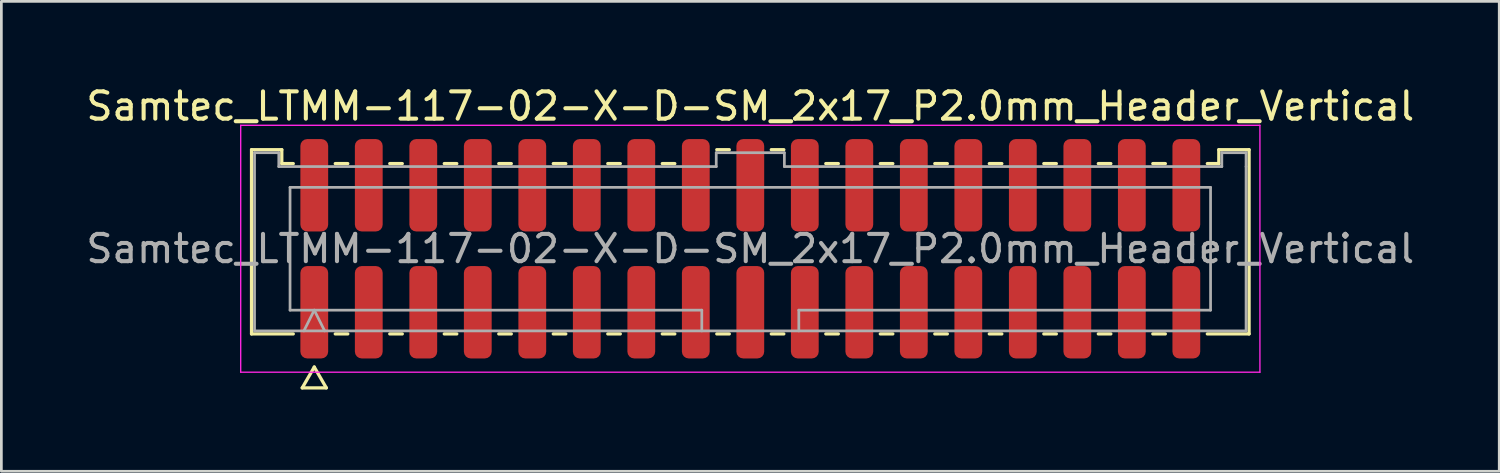
<source format=kicad_pcb>
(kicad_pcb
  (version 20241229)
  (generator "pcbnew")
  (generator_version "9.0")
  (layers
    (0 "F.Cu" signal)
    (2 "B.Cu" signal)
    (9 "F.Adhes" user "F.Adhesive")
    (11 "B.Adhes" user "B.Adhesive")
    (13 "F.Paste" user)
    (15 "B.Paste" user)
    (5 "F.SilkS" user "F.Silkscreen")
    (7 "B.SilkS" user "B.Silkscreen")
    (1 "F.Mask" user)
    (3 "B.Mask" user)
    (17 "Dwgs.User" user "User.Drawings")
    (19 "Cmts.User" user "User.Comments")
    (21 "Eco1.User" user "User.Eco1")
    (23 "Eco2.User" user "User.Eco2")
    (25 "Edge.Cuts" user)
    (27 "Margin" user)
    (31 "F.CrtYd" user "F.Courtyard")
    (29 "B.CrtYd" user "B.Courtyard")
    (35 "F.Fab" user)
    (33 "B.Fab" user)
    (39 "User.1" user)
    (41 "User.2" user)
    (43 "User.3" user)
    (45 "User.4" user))
  (footprint "Samtec_LTMM-117-02-X-D-SM_2x17_P2.0mm_Header_Vertical"
    (layer "F.Cu")
    (at 24.482 6.078)
    (property "Reference" "Samtec_LTMM-117-02-X-D-SM_2x17_P2.0mm_Header_Vertical" (at 0 -5.23 0) (layer "F.SilkS") (effects (font (size 1 1) (thickness 0.15))))
    (attr smd)
    (fp_line (start -18.302 -3.635) (end -17.192 -3.635) (stroke (width 0.12) (type solid)) (layer "F.SilkS"))
    (fp_line (start -18.302 3.125) (end -18.302 -3.635) (stroke (width 0.12) (type solid)) (layer "F.SilkS"))
    (fp_line (start -17.192 -3.635) (end -17.192 -3.125) (stroke (width 0.12) (type solid)) (layer "F.SilkS"))
    (fp_line (start -17.192 -3.125) (end -16.77 -3.125) (stroke (width 0.12) (type solid)) (layer "F.SilkS"))
    (fp_line (start -16.77 3.125) (end -18.302 3.125) (stroke (width 0.12) (type solid)) (layer "F.SilkS"))
    (fp_line (start -16.442 5.105) (end -16 4.34) (stroke (width 0.12) (type solid)) (layer "F.SilkS"))
    (fp_line (start -16 4.34) (end -15.558 5.105) (stroke (width 0.12) (type solid)) (layer "F.SilkS"))
    (fp_line (start -15.558 5.105) (end -16.442 5.105) (stroke (width 0.12) (type solid)) (layer "F.SilkS"))
    (fp_line (start -15.23 -3.125) (end -14.77 -3.125) (stroke (width 0.12) (type solid)) (layer "F.SilkS"))
    (fp_line (start -14.77 3.125) (end -15.23 3.125) (stroke (width 0.12) (type solid)) (layer "F.SilkS"))
    (fp_line (start -13.23 -3.125) (end -12.77 -3.125) (stroke (width 0.12) (type solid)) (layer "F.SilkS"))
    (fp_line (start -12.77 3.125) (end -13.23 3.125) (stroke (width 0.12) (type solid)) (layer "F.SilkS"))
    (fp_line (start -11.23 -3.125) (end -10.77 -3.125) (stroke (width 0.12) (type solid)) (layer "F.SilkS"))
    (fp_line (start -10.77 3.125) (end -11.23 3.125) (stroke (width 0.12) (type solid)) (layer "F.SilkS"))
    (fp_line (start -9.23 -3.125) (end -8.77 -3.125) (stroke (width 0.12) (type solid)) (layer "F.SilkS"))
    (fp_line (start -8.77 3.125) (end -9.23 3.125) (stroke (width 0.12) (type solid)) (layer "F.SilkS"))
    (fp_line (start -7.23 -3.125) (end -6.77 -3.125) (stroke (width 0.12) (type solid)) (layer "F.SilkS"))
    (fp_line (start -6.77 3.125) (end -7.23 3.125) (stroke (width 0.12) (type solid)) (layer "F.SilkS"))
    (fp_line (start -5.23 -3.125) (end -4.77 -3.125) (stroke (width 0.12) (type solid)) (layer "F.SilkS"))
    (fp_line (start -4.77 3.125) (end -5.23 3.125) (stroke (width 0.12) (type solid)) (layer "F.SilkS"))
    (fp_line (start -3.23 -3.125) (end -2.77 -3.125) (stroke (width 0.12) (type solid)) (layer "F.SilkS"))
    (fp_line (start -2.77 3.125) (end -3.23 3.125) (stroke (width 0.12) (type solid)) (layer "F.SilkS"))
    (fp_line (start -1.23 -3.635) (end -0.77 -3.635) (stroke (width 0.12) (type solid)) (layer "F.SilkS"))
    (fp_line (start -0.77 3.125) (end -1.23 3.125) (stroke (width 0.12) (type solid)) (layer "F.SilkS"))
    (fp_line (start 0.77 -3.635) (end 1.23 -3.635) (stroke (width 0.12) (type solid)) (layer "F.SilkS"))
    (fp_line (start 1.23 3.125) (end 0.77 3.125) (stroke (width 0.12) (type solid)) (layer "F.SilkS"))
    (fp_line (start 2.77 -3.125) (end 3.23 -3.125) (stroke (width 0.12) (type solid)) (layer "F.SilkS"))
    (fp_line (start 3.23 3.125) (end 2.77 3.125) (stroke (width 0.12) (type solid)) (layer "F.SilkS"))
    (fp_line (start 4.77 -3.125) (end 5.23 -3.125) (stroke (width 0.12) (type solid)) (layer "F.SilkS"))
    (fp_line (start 5.23 3.125) (end 4.77 3.125) (stroke (width 0.12) (type solid)) (layer "F.SilkS"))
    (fp_line (start 6.77 -3.125) (end 7.23 -3.125) (stroke (width 0.12) (type solid)) (layer "F.SilkS"))
    (fp_line (start 7.23 3.125) (end 6.77 3.125) (stroke (width 0.12) (type solid)) (layer "F.SilkS"))
    (fp_line (start 8.77 -3.125) (end 9.23 -3.125) (stroke (width 0.12) (type solid)) (layer "F.SilkS"))
    (fp_line (start 9.23 3.125) (end 8.77 3.125) (stroke (width 0.12) (type solid)) (layer "F.SilkS"))
    (fp_line (start 10.77 -3.125) (end 11.23 -3.125) (stroke (width 0.12) (type solid)) (layer "F.SilkS"))
    (fp_line (start 11.23 3.125) (end 10.77 3.125) (stroke (width 0.12) (type solid)) (layer "F.SilkS"))
    (fp_line (start 12.77 -3.125) (end 13.23 -3.125) (stroke (width 0.12) (type solid)) (layer "F.SilkS"))
    (fp_line (start 13.23 3.125) (end 12.77 3.125) (stroke (width 0.12) (type solid)) (layer "F.SilkS"))
    (fp_line (start 14.77 -3.125) (end 15.23 -3.125) (stroke (width 0.12) (type solid)) (layer "F.SilkS"))
    (fp_line (start 15.23 3.125) (end 14.77 3.125) (stroke (width 0.12) (type solid)) (layer "F.SilkS"))
    (fp_line (start 16.77 -3.125) (end 17.192 -3.125) (stroke (width 0.12) (type solid)) (layer "F.SilkS"))
    (fp_line (start 17.192 -3.635) (end 18.302 -3.635) (stroke (width 0.12) (type solid)) (layer "F.SilkS"))
    (fp_line (start 17.192 -3.125) (end 17.192 -3.635) (stroke (width 0.12) (type solid)) (layer "F.SilkS"))
    (fp_line (start 18.302 -3.635) (end 18.302 3.125) (stroke (width 0.12) (type solid)) (layer "F.SilkS"))
    (fp_line (start 18.302 3.125) (end 16.77 3.125) (stroke (width 0.12) (type solid)) (layer "F.SilkS"))
    (fp_line (start -18.7 -4.53) (end -18.7 4.53) (stroke (width 0.05) (type solid)) (layer "F.CrtYd"))
    (fp_line (start -18.7 4.53) (end 18.7 4.53) (stroke (width 0.05) (type solid)) (layer "F.CrtYd"))
    (fp_line (start 18.7 -4.53) (end -18.7 -4.53) (stroke (width 0.05) (type solid)) (layer "F.CrtYd"))
    (fp_line (start 18.7 4.53) (end 18.7 -4.53) (stroke (width 0.05) (type solid)) (layer "F.CrtYd"))
    (fp_line (start -18.192 -3.525) (end -17.302 -3.525) (stroke (width 0.1) (type solid)) (layer "F.Fab"))
    (fp_line (start -18.192 3.015) (end -18.192 -3.525) (stroke (width 0.1) (type solid)) (layer "F.Fab"))
    (fp_line (start -17.302 -3.525) (end -17.302 -3.015) (stroke (width 0.1) (type solid)) (layer "F.Fab"))
    (fp_line (start -17.302 -3.015) (end -1.25 -3.015) (stroke (width 0.1) (type solid)) (layer "F.Fab"))
    (fp_line (start -16.889 -2.253) (end 16.889 -2.253) (stroke (width 0.1) (type solid)) (layer "F.Fab"))
    (fp_line (start -16.889 2.253) (end -16.889 -2.253) (stroke (width 0.1) (type solid)) (layer "F.Fab"))
    (fp_line (start -16.381 3.015) (end -16 2.253) (stroke (width 0.1) (type solid)) (layer "F.Fab"))
    (fp_line (start -16 2.253) (end -15.619 3.015) (stroke (width 0.1) (type solid)) (layer "F.Fab"))
    (fp_line (start -1.78 2.253) (end -16.889 2.253) (stroke (width 0.1) (type solid)) (layer "F.Fab"))
    (fp_line (start -1.78 3.015) (end -1.78 2.253) (stroke (width 0.1) (type solid)) (layer "F.Fab"))
    (fp_line (start -1.25 -3.525) (end 1.25 -3.525) (stroke (width 0.1) (type solid)) (layer "F.Fab"))
    (fp_line (start -1.25 -3.015) (end -1.25 -3.525) (stroke (width 0.1) (type solid)) (layer "F.Fab"))
    (fp_line (start 1.25 -3.525) (end 1.25 -3.015) (stroke (width 0.1) (type solid)) (layer "F.Fab"))
    (fp_line (start 1.25 -3.015) (end 17.302 -3.015) (stroke (width 0.1) (type solid)) (layer "F.Fab"))
    (fp_line (start 1.78 2.253) (end 1.78 3.015) (stroke (width 0.1) (type solid)) (layer "F.Fab"))
    (fp_line (start 16.889 -2.253) (end 16.889 2.253) (stroke (width 0.1) (type solid)) (layer "F.Fab"))
    (fp_line (start 16.889 2.253) (end 1.78 2.253) (stroke (width 0.1) (type solid)) (layer "F.Fab"))
    (fp_line (start 17.302 -3.525) (end 18.192 -3.525) (stroke (width 0.1) (type solid)) (layer "F.Fab"))
    (fp_line (start 17.302 -3.015) (end 17.302 -3.525) (stroke (width 0.1) (type solid)) (layer "F.Fab"))
    (fp_line (start 18.192 -3.525) (end 18.192 -3.015) (stroke (width 0.1) (type solid)) (layer "F.Fab"))
    (fp_line (start 18.192 -3.015) (end 18.192 3.015) (stroke (width 0.1) (type solid)) (layer "F.Fab"))
    (fp_line (start 18.192 3.015) (end -18.192 3.015) (stroke (width 0.1) (type solid)) (layer "F.Fab"))
    (fp_text user "${REFERENCE}" (at 0 0 0) (layer "F.Fab") (effects (font (size 1 1) (thickness 0.15))))
    (pad "1" smd roundrect (at -16 2.33) (size 1.02 3.39) (layers "F.Cu" "F.Mask" "F.Paste") (roundrect_rratio 0.245))
    (pad "2" smd roundrect (at -16 -2.33) (size 1.02 3.39) (layers "F.Cu" "F.Mask" "F.Paste") (roundrect_rratio 0.245))
    (pad "3" smd roundrect (at -14 2.33) (size 1.02 3.39) (layers "F.Cu" "F.Mask" "F.Paste") (roundrect_rratio 0.245))
    (pad "4" smd roundrect (at -14 -2.33) (size 1.02 3.39) (layers "F.Cu" "F.Mask" "F.Paste") (roundrect_rratio 0.245))
    (pad "5" smd roundrect (at -12 2.33) (size 1.02 3.39) (layers "F.Cu" "F.Mask" "F.Paste") (roundrect_rratio 0.245))
    (pad "6" smd roundrect (at -12 -2.33) (size 1.02 3.39) (layers "F.Cu" "F.Mask" "F.Paste") (roundrect_rratio 0.245))
    (pad "7" smd roundrect (at -10 2.33) (size 1.02 3.39) (layers "F.Cu" "F.Mask" "F.Paste") (roundrect_rratio 0.245))
    (pad "8" smd roundrect (at -10 -2.33) (size 1.02 3.39) (layers "F.Cu" "F.Mask" "F.Paste") (roundrect_rratio 0.245))
    (pad "9" smd roundrect (at -8 2.33) (size 1.02 3.39) (layers "F.Cu" "F.Mask" "F.Paste") (roundrect_rratio 0.245))
    (pad "10" smd roundrect (at -8 -2.33) (size 1.02 3.39) (layers "F.Cu" "F.Mask" "F.Paste") (roundrect_rratio 0.245))
    (pad "11" smd roundrect (at -6 2.33) (size 1.02 3.39) (layers "F.Cu" "F.Mask" "F.Paste") (roundrect_rratio 0.245))
    (pad "12" smd roundrect (at -6 -2.33) (size 1.02 3.39) (layers "F.Cu" "F.Mask" "F.Paste") (roundrect_rratio 0.245))
    (pad "13" smd roundrect (at -4 2.33) (size 1.02 3.39) (layers "F.Cu" "F.Mask" "F.Paste") (roundrect_rratio 0.245))
    (pad "14" smd roundrect (at -4 -2.33) (size 1.02 3.39) (layers "F.Cu" "F.Mask" "F.Paste") (roundrect_rratio 0.245))
    (pad "15" smd roundrect (at -2 2.33) (size 1.02 3.39) (layers "F.Cu" "F.Mask" "F.Paste") (roundrect_rratio 0.245))
    (pad "16" smd roundrect (at -2 -2.33) (size 1.02 3.39) (layers "F.Cu" "F.Mask" "F.Paste") (roundrect_rratio 0.245))
    (pad "17" smd roundrect (at 0 2.33) (size 1.02 3.39) (layers "F.Cu" "F.Mask" "F.Paste") (roundrect_rratio 0.245))
    (pad "18" smd roundrect (at 0 -2.33) (size 1.02 3.39) (layers "F.Cu" "F.Mask" "F.Paste") (roundrect_rratio 0.245))
    (pad "19" smd roundrect (at 2 2.33) (size 1.02 3.39) (layers "F.Cu" "F.Mask" "F.Paste") (roundrect_rratio 0.245))
    (pad "20" smd roundrect (at 2 -2.33) (size 1.02 3.39) (layers "F.Cu" "F.Mask" "F.Paste") (roundrect_rratio 0.245))
    (pad "21" smd roundrect (at 4 2.33) (size 1.02 3.39) (layers "F.Cu" "F.Mask" "F.Paste") (roundrect_rratio 0.245))
    (pad "22" smd roundrect (at 4 -2.33) (size 1.02 3.39) (layers "F.Cu" "F.Mask" "F.Paste") (roundrect_rratio 0.245))
    (pad "23" smd roundrect (at 6 2.33) (size 1.02 3.39) (layers "F.Cu" "F.Mask" "F.Paste") (roundrect_rratio 0.245))
    (pad "24" smd roundrect (at 6 -2.33) (size 1.02 3.39) (layers "F.Cu" "F.Mask" "F.Paste") (roundrect_rratio 0.245))
    (pad "25" smd roundrect (at 8 2.33) (size 1.02 3.39) (layers "F.Cu" "F.Mask" "F.Paste") (roundrect_rratio 0.245))
    (pad "26" smd roundrect (at 8 -2.33) (size 1.02 3.39) (layers "F.Cu" "F.Mask" "F.Paste") (roundrect_rratio 0.245))
    (pad "27" smd roundrect (at 10 2.33) (size 1.02 3.39) (layers "F.Cu" "F.Mask" "F.Paste") (roundrect_rratio 0.245))
    (pad "28" smd roundrect (at 10 -2.33) (size 1.02 3.39) (layers "F.Cu" "F.Mask" "F.Paste") (roundrect_rratio 0.245))
    (pad "29" smd roundrect (at 12 2.33) (size 1.02 3.39) (layers "F.Cu" "F.Mask" "F.Paste") (roundrect_rratio 0.245))
    (pad "30" smd roundrect (at 12 -2.33) (size 1.02 3.39) (layers "F.Cu" "F.Mask" "F.Paste") (roundrect_rratio 0.245))
    (pad "31" smd roundrect (at 14 2.33) (size 1.02 3.39) (layers "F.Cu" "F.Mask" "F.Paste") (roundrect_rratio 0.245))
    (pad "32" smd roundrect (at 14 -2.33) (size 1.02 3.39) (layers "F.Cu" "F.Mask" "F.Paste") (roundrect_rratio 0.245))
    (pad "33" smd roundrect (at 16 2.33) (size 1.02 3.39) (layers "F.Cu" "F.Mask" "F.Paste") (roundrect_rratio 0.245))
    (pad "34" smd roundrect (at 16 -2.33) (size 1.02 3.39) (layers "F.Cu" "F.Mask" "F.Paste") (roundrect_rratio 0.245)))
  (gr_rect
    (start -3 -3)
    (end 51.964 14.243)
    (stroke (width 0.1) (type default))
    (fill no)
    (layer "Edge.Cuts")))
</source>
